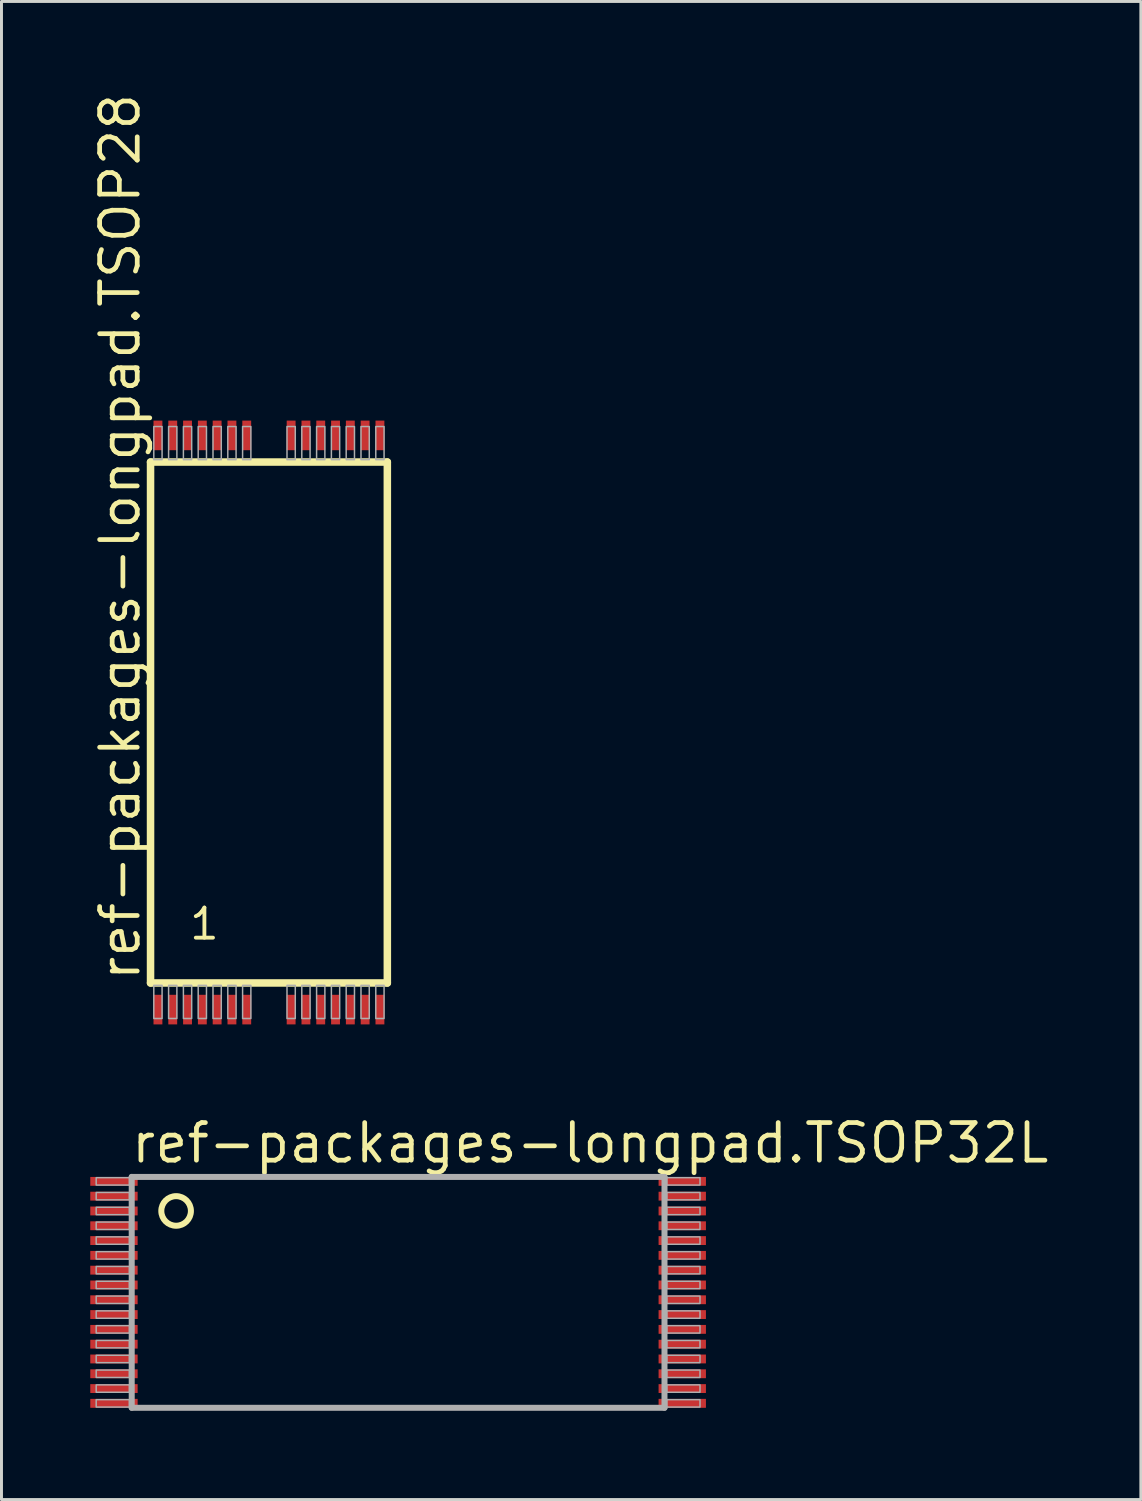
<source format=kicad_pcb>
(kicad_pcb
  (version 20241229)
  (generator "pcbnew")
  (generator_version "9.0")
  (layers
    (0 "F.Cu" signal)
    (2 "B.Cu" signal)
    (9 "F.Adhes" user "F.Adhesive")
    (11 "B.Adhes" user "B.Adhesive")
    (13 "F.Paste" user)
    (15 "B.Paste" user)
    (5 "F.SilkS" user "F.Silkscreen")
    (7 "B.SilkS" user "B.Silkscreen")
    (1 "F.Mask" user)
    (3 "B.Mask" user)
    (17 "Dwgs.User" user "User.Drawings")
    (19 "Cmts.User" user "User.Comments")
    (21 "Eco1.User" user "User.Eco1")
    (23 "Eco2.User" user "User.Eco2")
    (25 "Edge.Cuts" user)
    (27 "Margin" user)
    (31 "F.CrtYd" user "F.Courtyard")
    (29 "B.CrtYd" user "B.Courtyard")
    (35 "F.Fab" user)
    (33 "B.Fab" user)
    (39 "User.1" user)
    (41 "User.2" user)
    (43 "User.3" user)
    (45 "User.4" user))
  (footprint "ref-packages-longpad.TSOP28"
    (layer "F.Cu")
    (at 6.036 21.36)
    (property "Reference" "ref-packages-longpad.TSOP28" (at -4.286 8.802 90) (layer "F.SilkS") (effects (font (size 1.27 1.27) (thickness 0.16)) (justify left bottom)))
    (attr smd)
    (fp_line (start -4 -8.8) (end 4 -8.8) (stroke (width 0.254) (type default)) (layer "F.SilkS"))
    (fp_line (start -4 8.8) (end -4 -8.8) (stroke (width 0.254) (type default)) (layer "F.SilkS"))
    (fp_line (start 4 -8.8) (end 4 8.8) (stroke (width 0.254) (type default)) (layer "F.SilkS"))
    (fp_line (start 4 8.8) (end -4 8.8) (stroke (width 0.254) (type default)) (layer "F.SilkS"))
    (fp_rect (start -3.89 -8.88) (end -3.61 -10) (stroke (width 0.05) (type default)) (fill no) (layer "F.Fab"))
    (fp_rect (start -3.89 10) (end -3.61 8.88) (stroke (width 0.05) (type default)) (fill no) (layer "F.Fab"))
    (fp_rect (start -3.39 -8.88) (end -3.11 -10) (stroke (width 0.05) (type default)) (fill no) (layer "F.Fab"))
    (fp_rect (start -3.39 10) (end -3.11 8.88) (stroke (width 0.05) (type default)) (fill no) (layer "F.Fab"))
    (fp_rect (start -2.89 -8.88) (end -2.61 -10) (stroke (width 0.05) (type default)) (fill no) (layer "F.Fab"))
    (fp_rect (start -2.89 10) (end -2.61 8.88) (stroke (width 0.05) (type default)) (fill no) (layer "F.Fab"))
    (fp_rect (start -2.39 -8.88) (end -2.11 -10) (stroke (width 0.05) (type default)) (fill no) (layer "F.Fab"))
    (fp_rect (start -2.39 10) (end -2.11 8.88) (stroke (width 0.05) (type default)) (fill no) (layer "F.Fab"))
    (fp_rect (start -1.89 -8.88) (end -1.61 -10) (stroke (width 0.05) (type default)) (fill no) (layer "F.Fab"))
    (fp_rect (start -1.89 10) (end -1.61 8.88) (stroke (width 0.05) (type default)) (fill no) (layer "F.Fab"))
    (fp_rect (start -1.39 -8.88) (end -1.11 -10) (stroke (width 0.05) (type default)) (fill no) (layer "F.Fab"))
    (fp_rect (start -1.39 10) (end -1.11 8.88) (stroke (width 0.05) (type default)) (fill no) (layer "F.Fab"))
    (fp_rect (start -0.89 -8.88) (end -0.61 -10) (stroke (width 0.05) (type default)) (fill no) (layer "F.Fab"))
    (fp_rect (start -0.89 10) (end -0.61 8.88) (stroke (width 0.05) (type default)) (fill no) (layer "F.Fab"))
    (fp_rect (start 0.61 -8.88) (end 0.89 -10) (stroke (width 0.05) (type default)) (fill no) (layer "F.Fab"))
    (fp_rect (start 0.61 10) (end 0.89 8.88) (stroke (width 0.05) (type default)) (fill no) (layer "F.Fab"))
    (fp_rect (start 1.11 -8.88) (end 1.39 -10) (stroke (width 0.05) (type default)) (fill no) (layer "F.Fab"))
    (fp_rect (start 1.11 10) (end 1.39 8.88) (stroke (width 0.05) (type default)) (fill no) (layer "F.Fab"))
    (fp_rect (start 1.61 -8.88) (end 1.89 -10) (stroke (width 0.05) (type default)) (fill no) (layer "F.Fab"))
    (fp_rect (start 1.61 10) (end 1.89 8.88) (stroke (width 0.05) (type default)) (fill no) (layer "F.Fab"))
    (fp_rect (start 2.11 -8.88) (end 2.39 -10) (stroke (width 0.05) (type default)) (fill no) (layer "F.Fab"))
    (fp_rect (start 2.11 10) (end 2.39 8.88) (stroke (width 0.05) (type default)) (fill no) (layer "F.Fab"))
    (fp_rect (start 2.61 -8.88) (end 2.89 -10) (stroke (width 0.05) (type default)) (fill no) (layer "F.Fab"))
    (fp_rect (start 2.61 10) (end 2.89 8.88) (stroke (width 0.05) (type default)) (fill no) (layer "F.Fab"))
    (fp_rect (start 3.11 -8.88) (end 3.39 -10) (stroke (width 0.05) (type default)) (fill no) (layer "F.Fab"))
    (fp_rect (start 3.11 10) (end 3.39 8.88) (stroke (width 0.05) (type default)) (fill no) (layer "F.Fab"))
    (fp_rect (start 3.61 -8.88) (end 3.89 -10) (stroke (width 0.05) (type default)) (fill no) (layer "F.Fab"))
    (fp_rect (start 3.61 10) (end 3.89 8.88) (stroke (width 0.05) (type default)) (fill no) (layer "F.Fab"))
    (fp_text user "1" (at -2.75 7.4 180) (layer "F.SilkS") (effects (font (size 1.016 1.016) (thickness 0.13)) (justify left bottom)))
    (pad "1" smd roundrect (at -3.75 9.7) (size 0.3 1) (layers "F.Cu" "F.Mask" "F.Paste") (roundrect_rratio 0.01))
    (pad "2" smd roundrect (at -3.25 9.7) (size 0.3 1) (layers "F.Cu" "F.Mask" "F.Paste") (roundrect_rratio 0.01))
    (pad "3" smd roundrect (at -2.75 9.7) (size 0.3 1) (layers "F.Cu" "F.Mask" "F.Paste") (roundrect_rratio 0.01))
    (pad "4" smd roundrect (at -2.25 9.7) (size 0.3 1) (layers "F.Cu" "F.Mask" "F.Paste") (roundrect_rratio 0.01))
    (pad "5" smd roundrect (at -1.75 9.7) (size 0.3 1) (layers "F.Cu" "F.Mask" "F.Paste") (roundrect_rratio 0.01))
    (pad "6" smd roundrect (at -1.25 9.7) (size 0.3 1) (layers "F.Cu" "F.Mask" "F.Paste") (roundrect_rratio 0.01))
    (pad "7" smd roundrect (at -0.75 9.7) (size 0.3 1) (layers "F.Cu" "F.Mask" "F.Paste") (roundrect_rratio 0.01))
    (pad "8" smd roundrect (at 0.75 9.7) (size 0.3 1) (layers "F.Cu" "F.Mask" "F.Paste") (roundrect_rratio 0.01))
    (pad "9" smd roundrect (at 1.25 9.7) (size 0.3 1) (layers "F.Cu" "F.Mask" "F.Paste") (roundrect_rratio 0.01))
    (pad "10" smd roundrect (at 1.75 9.7) (size 0.3 1) (layers "F.Cu" "F.Mask" "F.Paste") (roundrect_rratio 0.01))
    (pad "11" smd roundrect (at 2.25 9.7) (size 0.3 1) (layers "F.Cu" "F.Mask" "F.Paste") (roundrect_rratio 0.01))
    (pad "12" smd roundrect (at 2.75 9.7) (size 0.3 1) (layers "F.Cu" "F.Mask" "F.Paste") (roundrect_rratio 0.01))
    (pad "13" smd roundrect (at 3.25 9.7) (size 0.3 1) (layers "F.Cu" "F.Mask" "F.Paste") (roundrect_rratio 0.01))
    (pad "14" smd roundrect (at 3.75 9.7) (size 0.3 1) (layers "F.Cu" "F.Mask" "F.Paste") (roundrect_rratio 0.01))
    (pad "15" smd roundrect (at 3.75 -9.7) (size 0.3 1) (layers "F.Cu" "F.Mask" "F.Paste") (roundrect_rratio 0.01))
    (pad "16" smd roundrect (at 3.25 -9.7) (size 0.3 1) (layers "F.Cu" "F.Mask" "F.Paste") (roundrect_rratio 0.01))
    (pad "17" smd roundrect (at 2.75 -9.7) (size 0.3 1) (layers "F.Cu" "F.Mask" "F.Paste") (roundrect_rratio 0.01))
    (pad "18" smd roundrect (at 2.25 -9.7) (size 0.3 1) (layers "F.Cu" "F.Mask" "F.Paste") (roundrect_rratio 0.01))
    (pad "19" smd roundrect (at 1.75 -9.7) (size 0.3 1) (layers "F.Cu" "F.Mask" "F.Paste") (roundrect_rratio 0.01))
    (pad "20" smd roundrect (at 1.25 -9.7) (size 0.3 1) (layers "F.Cu" "F.Mask" "F.Paste") (roundrect_rratio 0.01))
    (pad "21" smd roundrect (at 0.75 -9.7) (size 0.3 1) (layers "F.Cu" "F.Mask" "F.Paste") (roundrect_rratio 0.01))
    (pad "22" smd roundrect (at -0.75 -9.7) (size 0.3 1) (layers "F.Cu" "F.Mask" "F.Paste") (roundrect_rratio 0.01))
    (pad "23" smd roundrect (at -1.25 -9.7) (size 0.3 1) (layers "F.Cu" "F.Mask" "F.Paste") (roundrect_rratio 0.01))
    (pad "24" smd roundrect (at -1.75 -9.7) (size 0.3 1) (layers "F.Cu" "F.Mask" "F.Paste") (roundrect_rratio 0.01))
    (pad "25" smd roundrect (at -2.25 -9.7) (size 0.3 1) (layers "F.Cu" "F.Mask" "F.Paste") (roundrect_rratio 0.01))
    (pad "26" smd roundrect (at -2.75 -9.7) (size 0.3 1) (layers "F.Cu" "F.Mask" "F.Paste") (roundrect_rratio 0.01))
    (pad "27" smd roundrect (at -3.25 -9.7) (size 0.3 1) (layers "F.Cu" "F.Mask" "F.Paste") (roundrect_rratio 0.01))
    (pad "28" smd roundrect (at -3.75 -9.7) (size 0.3 1) (layers "F.Cu" "F.Mask" "F.Paste") (roundrect_rratio 0.01)))
  (footprint "ref-packages-longpad.TSOP32L"
    (layer "F.Cu")
    (at 10.4 40.612)
    (property "Reference" "ref-packages-longpad.TSOP32L" (at -9.096 -4.302 0) (layer "F.SilkS") (effects (font (size 1.27 1.27) (thickness 0.16)) (justify left bottom)))
    (attr smd)
    (fp_circle (center -7.5 -2.75) (end -7 -2.75) (stroke (width 0.203) (type default)) (fill no) (layer "F.SilkS"))
    (fp_line (start -9 -3.9) (end -9 3.9) (stroke (width 0.203) (type default)) (layer "F.Fab"))
    (fp_line (start -9 3.9) (end 9 3.9) (stroke (width 0.203) (type default)) (layer "F.Fab"))
    (fp_line (start 9 -3.9) (end -9 -3.9) (stroke (width 0.203) (type default)) (layer "F.Fab"))
    (fp_line (start 9 3.9) (end 9 -3.9) (stroke (width 0.203) (type default)) (layer "F.Fab"))
    (fp_rect (start -10.2 -3.625) (end -9.075 -3.875) (stroke (width 0.05) (type default)) (fill no) (layer "F.Fab"))
    (fp_rect (start -10.2 -3.125) (end -9.075 -3.375) (stroke (width 0.05) (type default)) (fill no) (layer "F.Fab"))
    (fp_rect (start -10.2 -2.625) (end -9.075 -2.875) (stroke (width 0.05) (type default)) (fill no) (layer "F.Fab"))
    (fp_rect (start -10.2 -2.125) (end -9.075 -2.375) (stroke (width 0.05) (type default)) (fill no) (layer "F.Fab"))
    (fp_rect (start -10.2 -1.625) (end -9.075 -1.875) (stroke (width 0.05) (type default)) (fill no) (layer "F.Fab"))
    (fp_rect (start -10.2 -1.125) (end -9.075 -1.375) (stroke (width 0.05) (type default)) (fill no) (layer "F.Fab"))
    (fp_rect (start -10.2 -0.625) (end -9.075 -0.875) (stroke (width 0.05) (type default)) (fill no) (layer "F.Fab"))
    (fp_rect (start -10.2 -0.125) (end -9.075 -0.375) (stroke (width 0.05) (type default)) (fill no) (layer "F.Fab"))
    (fp_rect (start -10.2 0.375) (end -9.075 0.125) (stroke (width 0.05) (type default)) (fill no) (layer "F.Fab"))
    (fp_rect (start -10.2 0.875) (end -9.075 0.625) (stroke (width 0.05) (type default)) (fill no) (layer "F.Fab"))
    (fp_rect (start -10.2 1.375) (end -9.075 1.125) (stroke (width 0.05) (type default)) (fill no) (layer "F.Fab"))
    (fp_rect (start -10.2 1.875) (end -9.075 1.625) (stroke (width 0.05) (type default)) (fill no) (layer "F.Fab"))
    (fp_rect (start -10.2 2.375) (end -9.075 2.125) (stroke (width 0.05) (type default)) (fill no) (layer "F.Fab"))
    (fp_rect (start -10.2 2.875) (end -9.075 2.625) (stroke (width 0.05) (type default)) (fill no) (layer "F.Fab"))
    (fp_rect (start -10.2 3.375) (end -9.075 3.125) (stroke (width 0.05) (type default)) (fill no) (layer "F.Fab"))
    (fp_rect (start -10.2 3.875) (end -9.075 3.625) (stroke (width 0.05) (type default)) (fill no) (layer "F.Fab"))
    (fp_rect (start 9.075 -3.625) (end 10.2 -3.875) (stroke (width 0.05) (type default)) (fill no) (layer "F.Fab"))
    (fp_rect (start 9.075 -3.125) (end 10.2 -3.375) (stroke (width 0.05) (type default)) (fill no) (layer "F.Fab"))
    (fp_rect (start 9.075 -2.625) (end 10.2 -2.875) (stroke (width 0.05) (type default)) (fill no) (layer "F.Fab"))
    (fp_rect (start 9.075 -2.125) (end 10.2 -2.375) (stroke (width 0.05) (type default)) (fill no) (layer "F.Fab"))
    (fp_rect (start 9.075 -1.625) (end 10.2 -1.875) (stroke (width 0.05) (type default)) (fill no) (layer "F.Fab"))
    (fp_rect (start 9.075 -1.125) (end 10.2 -1.375) (stroke (width 0.05) (type default)) (fill no) (layer "F.Fab"))
    (fp_rect (start 9.075 -0.625) (end 10.2 -0.875) (stroke (width 0.05) (type default)) (fill no) (layer "F.Fab"))
    (fp_rect (start 9.075 -0.125) (end 10.2 -0.375) (stroke (width 0.05) (type default)) (fill no) (layer "F.Fab"))
    (fp_rect (start 9.075 0.375) (end 10.2 0.125) (stroke (width 0.05) (type default)) (fill no) (layer "F.Fab"))
    (fp_rect (start 9.075 0.875) (end 10.2 0.625) (stroke (width 0.05) (type default)) (fill no) (layer "F.Fab"))
    (fp_rect (start 9.075 1.375) (end 10.2 1.125) (stroke (width 0.05) (type default)) (fill no) (layer "F.Fab"))
    (fp_rect (start 9.075 1.875) (end 10.2 1.625) (stroke (width 0.05) (type default)) (fill no) (layer "F.Fab"))
    (fp_rect (start 9.075 2.375) (end 10.2 2.125) (stroke (width 0.05) (type default)) (fill no) (layer "F.Fab"))
    (fp_rect (start 9.075 2.875) (end 10.2 2.625) (stroke (width 0.05) (type default)) (fill no) (layer "F.Fab"))
    (fp_rect (start 9.075 3.375) (end 10.2 3.125) (stroke (width 0.05) (type default)) (fill no) (layer "F.Fab"))
    (fp_rect (start 9.075 3.875) (end 10.2 3.625) (stroke (width 0.05) (type default)) (fill no) (layer "F.Fab"))
    (pad "1" smd roundrect (at -9.6 -3.75) (size 1.6 0.3) (layers "F.Cu" "F.Mask" "F.Paste") (roundrect_rratio 0.01))
    (pad "2" smd roundrect (at -9.6 -3.25) (size 1.6 0.3) (layers "F.Cu" "F.Mask" "F.Paste") (roundrect_rratio 0.01))
    (pad "3" smd roundrect (at -9.6 -2.75) (size 1.6 0.3) (layers "F.Cu" "F.Mask" "F.Paste") (roundrect_rratio 0.01))
    (pad "4" smd roundrect (at -9.6 -2.25) (size 1.6 0.3) (layers "F.Cu" "F.Mask" "F.Paste") (roundrect_rratio 0.01))
    (pad "5" smd roundrect (at -9.6 -1.75) (size 1.6 0.3) (layers "F.Cu" "F.Mask" "F.Paste") (roundrect_rratio 0.01))
    (pad "6" smd roundrect (at -9.6 -1.25) (size 1.6 0.3) (layers "F.Cu" "F.Mask" "F.Paste") (roundrect_rratio 0.01))
    (pad "7" smd roundrect (at -9.6 -0.75) (size 1.6 0.3) (layers "F.Cu" "F.Mask" "F.Paste") (roundrect_rratio 0.01))
    (pad "8" smd roundrect (at -9.6 -0.25) (size 1.6 0.3) (layers "F.Cu" "F.Mask" "F.Paste") (roundrect_rratio 0.01))
    (pad "9" smd roundrect (at -9.6 0.25) (size 1.6 0.3) (layers "F.Cu" "F.Mask" "F.Paste") (roundrect_rratio 0.01))
    (pad "10" smd roundrect (at -9.6 0.75) (size 1.6 0.3) (layers "F.Cu" "F.Mask" "F.Paste") (roundrect_rratio 0.01))
    (pad "11" smd roundrect (at -9.6 1.25) (size 1.6 0.3) (layers "F.Cu" "F.Mask" "F.Paste") (roundrect_rratio 0.01))
    (pad "12" smd roundrect (at -9.6 1.75) (size 1.6 0.3) (layers "F.Cu" "F.Mask" "F.Paste") (roundrect_rratio 0.01))
    (pad "13" smd roundrect (at -9.6 2.25) (size 1.6 0.3) (layers "F.Cu" "F.Mask" "F.Paste") (roundrect_rratio 0.01))
    (pad "14" smd roundrect (at -9.6 2.75) (size 1.6 0.3) (layers "F.Cu" "F.Mask" "F.Paste") (roundrect_rratio 0.01))
    (pad "15" smd roundrect (at -9.6 3.25) (size 1.6 0.3) (layers "F.Cu" "F.Mask" "F.Paste") (roundrect_rratio 0.01))
    (pad "16" smd roundrect (at -9.6 3.75) (size 1.6 0.3) (layers "F.Cu" "F.Mask" "F.Paste") (roundrect_rratio 0.01))
    (pad "17" smd roundrect (at 9.6 3.75) (size 1.6 0.3) (layers "F.Cu" "F.Mask" "F.Paste") (roundrect_rratio 0.01))
    (pad "18" smd roundrect (at 9.6 3.25) (size 1.6 0.3) (layers "F.Cu" "F.Mask" "F.Paste") (roundrect_rratio 0.01))
    (pad "19" smd roundrect (at 9.6 2.75) (size 1.6 0.3) (layers "F.Cu" "F.Mask" "F.Paste") (roundrect_rratio 0.01))
    (pad "20" smd roundrect (at 9.6 2.25) (size 1.6 0.3) (layers "F.Cu" "F.Mask" "F.Paste") (roundrect_rratio 0.01))
    (pad "21" smd roundrect (at 9.6 1.75) (size 1.6 0.3) (layers "F.Cu" "F.Mask" "F.Paste") (roundrect_rratio 0.01))
    (pad "22" smd roundrect (at 9.6 1.25) (size 1.6 0.3) (layers "F.Cu" "F.Mask" "F.Paste") (roundrect_rratio 0.01))
    (pad "23" smd roundrect (at 9.6 0.75) (size 1.6 0.3) (layers "F.Cu" "F.Mask" "F.Paste") (roundrect_rratio 0.01))
    (pad "24" smd roundrect (at 9.6 0.25) (size 1.6 0.3) (layers "F.Cu" "F.Mask" "F.Paste") (roundrect_rratio 0.01))
    (pad "25" smd roundrect (at 9.6 -0.25) (size 1.6 0.3) (layers "F.Cu" "F.Mask" "F.Paste") (roundrect_rratio 0.01))
    (pad "26" smd roundrect (at 9.6 -0.75) (size 1.6 0.3) (layers "F.Cu" "F.Mask" "F.Paste") (roundrect_rratio 0.01))
    (pad "27" smd roundrect (at 9.6 -1.25) (size 1.6 0.3) (layers "F.Cu" "F.Mask" "F.Paste") (roundrect_rratio 0.01))
    (pad "28" smd roundrect (at 9.6 -1.75) (size 1.6 0.3) (layers "F.Cu" "F.Mask" "F.Paste") (roundrect_rratio 0.01))
    (pad "29" smd roundrect (at 9.6 -2.25) (size 1.6 0.3) (layers "F.Cu" "F.Mask" "F.Paste") (roundrect_rratio 0.01))
    (pad "30" smd roundrect (at 9.6 -2.75) (size 1.6 0.3) (layers "F.Cu" "F.Mask" "F.Paste") (roundrect_rratio 0.01))
    (pad "31" smd roundrect (at 9.6 -3.25) (size 1.6 0.3) (layers "F.Cu" "F.Mask" "F.Paste") (roundrect_rratio 0.01))
    (pad "32" smd roundrect (at 9.6 -3.75) (size 1.6 0.3) (layers "F.Cu" "F.Mask" "F.Paste") (roundrect_rratio 0.01)))
  (gr_rect
    (start -3 -3)
    (end 35.494 47.613)
    (stroke (width 0.1) (type default))
    (fill no)
    (layer "Edge.Cuts")))
</source>
